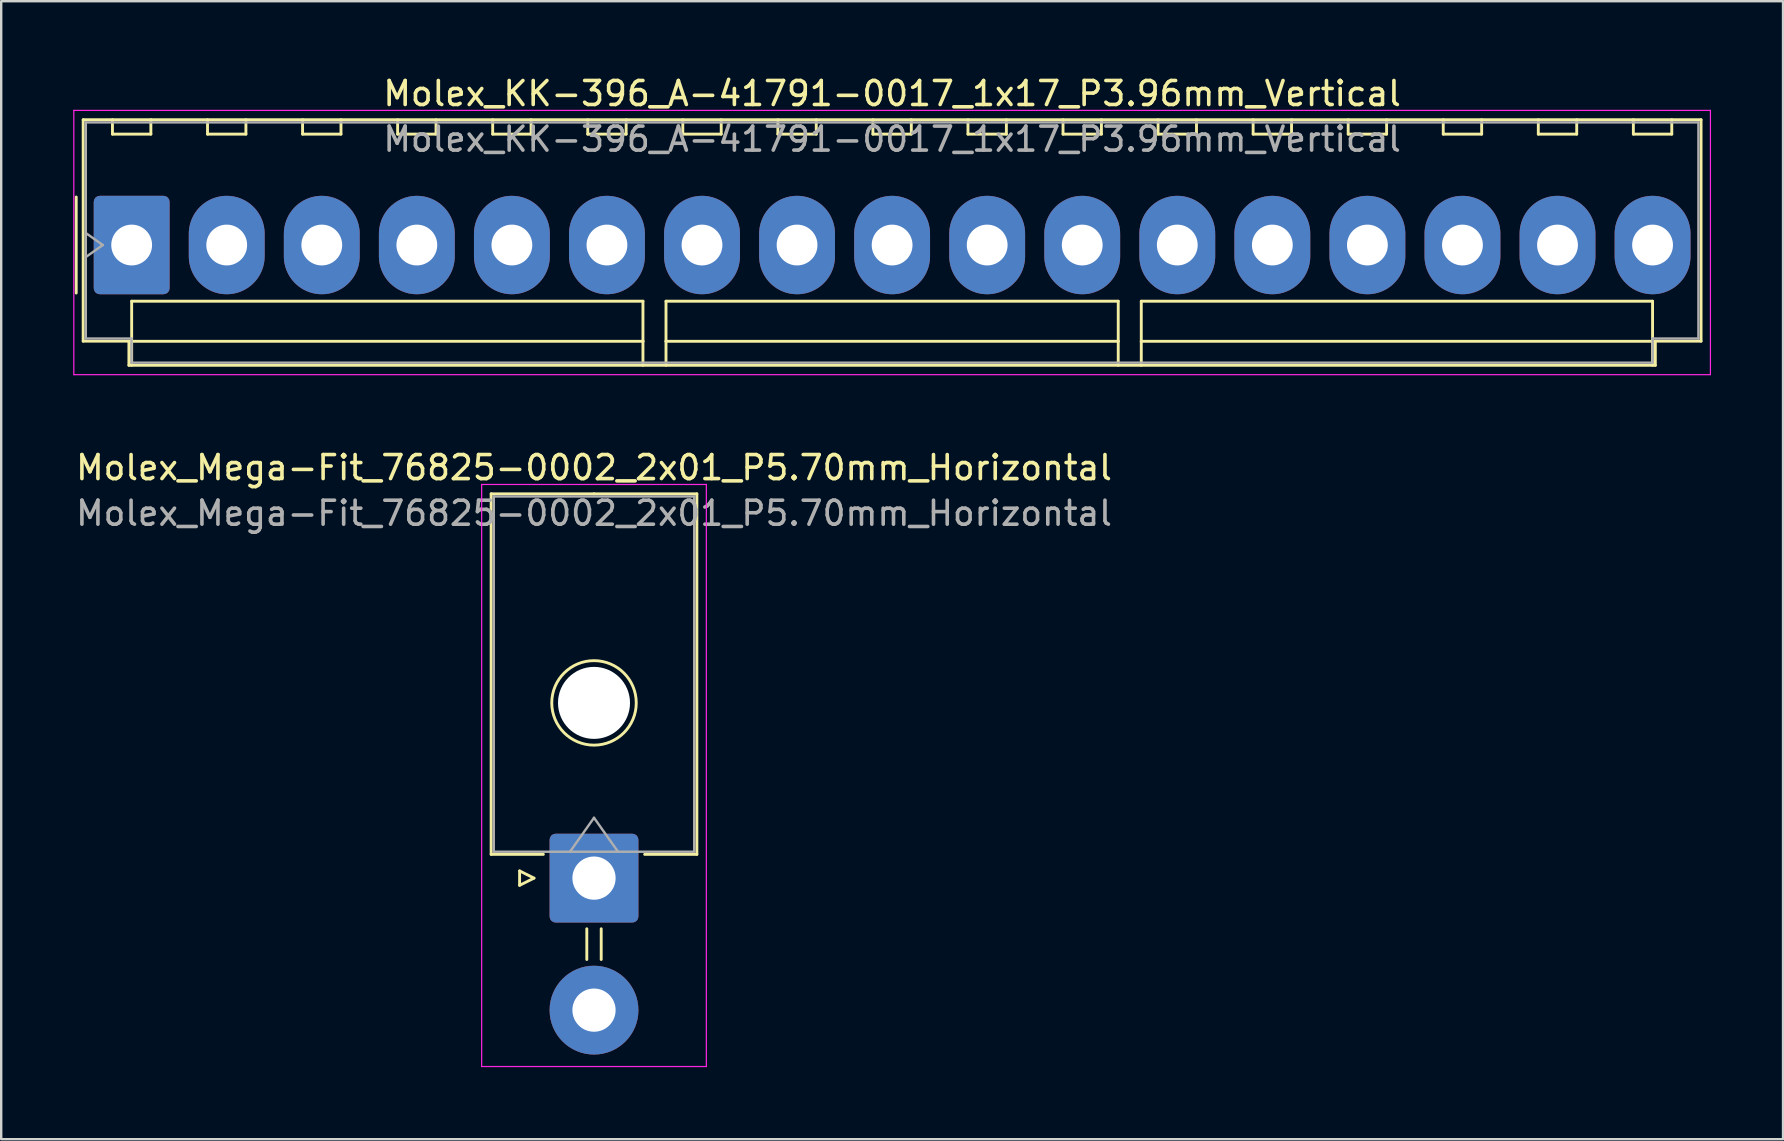
<source format=kicad_pcb>
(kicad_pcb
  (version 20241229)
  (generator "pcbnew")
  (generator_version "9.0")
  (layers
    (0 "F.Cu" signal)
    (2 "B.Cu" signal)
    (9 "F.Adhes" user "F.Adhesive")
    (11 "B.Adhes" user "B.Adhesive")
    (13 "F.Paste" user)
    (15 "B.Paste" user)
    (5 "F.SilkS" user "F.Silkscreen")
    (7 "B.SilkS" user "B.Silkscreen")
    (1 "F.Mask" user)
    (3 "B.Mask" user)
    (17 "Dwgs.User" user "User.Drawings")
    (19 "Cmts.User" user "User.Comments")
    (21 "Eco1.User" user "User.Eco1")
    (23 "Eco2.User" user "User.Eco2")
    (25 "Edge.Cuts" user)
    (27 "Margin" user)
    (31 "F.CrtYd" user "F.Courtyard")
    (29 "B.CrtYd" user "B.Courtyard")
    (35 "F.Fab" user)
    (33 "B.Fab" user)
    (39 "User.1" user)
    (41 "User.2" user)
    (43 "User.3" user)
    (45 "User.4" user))
  (footprint "Molex_Mega-Fit_76825-0002_2x01_P5.70mm_Horizontal"
    (layer "F.Cu")
    (at 21.696 33.532)
    (property "Reference" "Molex_Mega-Fit_76825-0002_2x01_P5.70mm_Horizontal" (at 0 -17.1 0) (layer "F.SilkS") (effects (font (size 1 1) (thickness 0.15))))
    (attr through_hole)
    (fp_line (start -4.285 -16.01) (end -4.285 -0.99) (stroke (width 0.12) (type solid)) (layer "F.SilkS"))
    (fp_line (start -4.285 -0.99) (end -2.11 -0.99) (stroke (width 0.12) (type solid)) (layer "F.SilkS"))
    (fp_line (start -3.1 -0.3) (end -2.5 0) (stroke (width 0.12) (type solid)) (layer "F.SilkS"))
    (fp_line (start -3.1 0.3) (end -3.1 -0.3) (stroke (width 0.12) (type solid)) (layer "F.SilkS"))
    (fp_line (start -2.5 0) (end -3.1 0.3) (stroke (width 0.12) (type solid)) (layer "F.SilkS"))
    (fp_line (start -0.3 2.11) (end -0.3 3.39) (stroke (width 0.12) (type solid)) (layer "F.SilkS"))
    (fp_line (start 0 -16.01) (end -4.285 -16.01) (stroke (width 0.12) (type solid)) (layer "F.SilkS"))
    (fp_line (start 0 -16.01) (end 4.285 -16.01) (stroke (width 0.12) (type solid)) (layer "F.SilkS"))
    (fp_line (start 0.3 2.11) (end 0.3 3.39) (stroke (width 0.12) (type solid)) (layer "F.SilkS"))
    (fp_line (start 4.285 -16.01) (end 4.285 -0.99) (stroke (width 0.12) (type solid)) (layer "F.SilkS"))
    (fp_line (start 4.285 -0.99) (end 2.11 -0.99) (stroke (width 0.12) (type solid)) (layer "F.SilkS"))
    (fp_circle (center 0 -7.3) (end 1.76 -7.3) (stroke (width 0.12) (type solid)) (fill no) (layer "F.SilkS"))
    (fp_line (start -4.68 -16.4) (end -4.68 7.85) (stroke (width 0.05) (type solid)) (layer "F.CrtYd"))
    (fp_line (start -4.68 7.85) (end 4.68 7.85) (stroke (width 0.05) (type solid)) (layer "F.CrtYd"))
    (fp_line (start 4.68 -16.4) (end -4.68 -16.4) (stroke (width 0.05) (type solid)) (layer "F.CrtYd"))
    (fp_line (start 4.68 7.85) (end 4.68 -16.4) (stroke (width 0.05) (type solid)) (layer "F.CrtYd"))
    (fp_line (start -4.175 -15.9) (end -4.175 -1.1) (stroke (width 0.1) (type solid)) (layer "F.Fab"))
    (fp_line (start -4.175 -1.1) (end 4.175 -1.1) (stroke (width 0.1) (type solid)) (layer "F.Fab"))
    (fp_line (start -1 -1.1) (end 0 -2.514) (stroke (width 0.1) (type solid)) (layer "F.Fab"))
    (fp_line (start 0 -2.514) (end 1 -1.1) (stroke (width 0.1) (type solid)) (layer "F.Fab"))
    (fp_line (start 4.175 -15.9) (end -4.175 -15.9) (stroke (width 0.1) (type solid)) (layer "F.Fab"))
    (fp_line (start 4.175 -1.1) (end 4.175 -15.9) (stroke (width 0.1) (type solid)) (layer "F.Fab"))
    (fp_text user "${REFERENCE}" (at 0 -15.2 0) (layer "F.Fab") (effects (font (size 1 1) (thickness 0.15))))
    (pad "" np_thru_hole circle (at 0 -7.3) (size 3 3) (drill 3) (layers "*.Cu" "*.Mask"))
    (pad "1" thru_hole roundrect (at 0 0) (size 3.7 3.7) (drill 1.8) (layers "*.Cu" "*.Mask") (roundrect_rratio 0.068))
    (pad "2" thru_hole circle (at 0 5.5) (size 3.7 3.7) (drill 1.8) (layers "*.Cu" "*.Mask")))
  (footprint "Molex_KK-396_A-41791-0017_1x17_P3.96mm_Vertical"
    (layer "F.Cu")
    (at 2.435 7.158)
    (property "Reference" "Molex_KK-396_A-41791-0017_1x17_P3.96mm_Vertical" (at 31.68 -6.31 0) (layer "F.SilkS") (effects (font (size 1 1) (thickness 0.15))))
    (attr through_hole)
    (fp_line (start -2.31 -2) (end -2.31 2) (stroke (width 0.12) (type solid)) (layer "F.SilkS"))
    (fp_line (start -2.02 -5.22) (end 65.38 -5.22) (stroke (width 0.12) (type solid)) (layer "F.SilkS"))
    (fp_line (start -2.02 4.005) (end -2.02 -5.22) (stroke (width 0.12) (type solid)) (layer "F.SilkS"))
    (fp_line (start -0.8 -5.22) (end -0.8 -4.62) (stroke (width 0.12) (type solid)) (layer "F.SilkS"))
    (fp_line (start -0.8 -4.62) (end 0.8 -4.62) (stroke (width 0.12) (type solid)) (layer "F.SilkS"))
    (fp_line (start -0.115 4.005) (end -2.02 4.005) (stroke (width 0.12) (type solid)) (layer "F.SilkS"))
    (fp_line (start -0.115 5.01) (end -0.115 4.005) (stroke (width 0.12) (type solid)) (layer "F.SilkS"))
    (fp_line (start 0 2.34) (end 21.3 2.34) (stroke (width 0.12) (type solid)) (layer "F.SilkS"))
    (fp_line (start 0 4.01) (end 0 2.34) (stroke (width 0.12) (type solid)) (layer "F.SilkS"))
    (fp_line (start 0 4.01) (end 21.3 4.01) (stroke (width 0.12) (type solid)) (layer "F.SilkS"))
    (fp_line (start 0 5.01) (end 0 4.01) (stroke (width 0.12) (type solid)) (layer "F.SilkS"))
    (fp_line (start 0.8 -4.62) (end 0.8 -5.22) (stroke (width 0.12) (type solid)) (layer "F.SilkS"))
    (fp_line (start 3.16 -5.22) (end 3.16 -4.62) (stroke (width 0.12) (type solid)) (layer "F.SilkS"))
    (fp_line (start 3.16 -4.62) (end 4.76 -4.62) (stroke (width 0.12) (type solid)) (layer "F.SilkS"))
    (fp_line (start 4.76 -4.62) (end 4.76 -5.22) (stroke (width 0.12) (type solid)) (layer "F.SilkS"))
    (fp_line (start 7.12 -5.22) (end 7.12 -4.62) (stroke (width 0.12) (type solid)) (layer "F.SilkS"))
    (fp_line (start 7.12 -4.62) (end 8.72 -4.62) (stroke (width 0.12) (type solid)) (layer "F.SilkS"))
    (fp_line (start 8.72 -4.62) (end 8.72 -5.22) (stroke (width 0.12) (type solid)) (layer "F.SilkS"))
    (fp_line (start 11.08 -5.22) (end 11.08 -4.62) (stroke (width 0.12) (type solid)) (layer "F.SilkS"))
    (fp_line (start 11.08 -4.62) (end 12.68 -4.62) (stroke (width 0.12) (type solid)) (layer "F.SilkS"))
    (fp_line (start 12.68 -4.62) (end 12.68 -5.22) (stroke (width 0.12) (type solid)) (layer "F.SilkS"))
    (fp_line (start 15.04 -5.22) (end 15.04 -4.62) (stroke (width 0.12) (type solid)) (layer "F.SilkS"))
    (fp_line (start 15.04 -4.62) (end 16.64 -4.62) (stroke (width 0.12) (type solid)) (layer "F.SilkS"))
    (fp_line (start 16.64 -4.62) (end 16.64 -5.22) (stroke (width 0.12) (type solid)) (layer "F.SilkS"))
    (fp_line (start 19 -5.22) (end 19 -4.62) (stroke (width 0.12) (type solid)) (layer "F.SilkS"))
    (fp_line (start 19 -4.62) (end 20.6 -4.62) (stroke (width 0.12) (type solid)) (layer "F.SilkS"))
    (fp_line (start 20.6 -4.62) (end 20.6 -5.22) (stroke (width 0.12) (type solid)) (layer "F.SilkS"))
    (fp_line (start 21.3 2.34) (end 21.3 4.01) (stroke (width 0.12) (type solid)) (layer "F.SilkS"))
    (fp_line (start 21.3 4.01) (end 21.3 5.01) (stroke (width 0.12) (type solid)) (layer "F.SilkS"))
    (fp_line (start 22.26 2.34) (end 41.1 2.34) (stroke (width 0.12) (type solid)) (layer "F.SilkS"))
    (fp_line (start 22.26 4.01) (end 22.26 2.34) (stroke (width 0.12) (type solid)) (layer "F.SilkS"))
    (fp_line (start 22.26 4.01) (end 41.1 4.01) (stroke (width 0.12) (type solid)) (layer "F.SilkS"))
    (fp_line (start 22.26 5.01) (end 22.26 4.01) (stroke (width 0.12) (type solid)) (layer "F.SilkS"))
    (fp_line (start 22.96 -5.22) (end 22.96 -4.62) (stroke (width 0.12) (type solid)) (layer "F.SilkS"))
    (fp_line (start 22.96 -4.62) (end 24.56 -4.62) (stroke (width 0.12) (type solid)) (layer "F.SilkS"))
    (fp_line (start 24.56 -4.62) (end 24.56 -5.22) (stroke (width 0.12) (type solid)) (layer "F.SilkS"))
    (fp_line (start 26.92 -5.22) (end 26.92 -4.62) (stroke (width 0.12) (type solid)) (layer "F.SilkS"))
    (fp_line (start 26.92 -4.62) (end 28.52 -4.62) (stroke (width 0.12) (type solid)) (layer "F.SilkS"))
    (fp_line (start 28.52 -4.62) (end 28.52 -5.22) (stroke (width 0.12) (type solid)) (layer "F.SilkS"))
    (fp_line (start 30.88 -5.22) (end 30.88 -4.62) (stroke (width 0.12) (type solid)) (layer "F.SilkS"))
    (fp_line (start 30.88 -4.62) (end 32.48 -4.62) (stroke (width 0.12) (type solid)) (layer "F.SilkS"))
    (fp_line (start 32.48 -4.62) (end 32.48 -5.22) (stroke (width 0.12) (type solid)) (layer "F.SilkS"))
    (fp_line (start 34.84 -5.22) (end 34.84 -4.62) (stroke (width 0.12) (type solid)) (layer "F.SilkS"))
    (fp_line (start 34.84 -4.62) (end 36.44 -4.62) (stroke (width 0.12) (type solid)) (layer "F.SilkS"))
    (fp_line (start 36.44 -4.62) (end 36.44 -5.22) (stroke (width 0.12) (type solid)) (layer "F.SilkS"))
    (fp_line (start 38.8 -5.22) (end 38.8 -4.62) (stroke (width 0.12) (type solid)) (layer "F.SilkS"))
    (fp_line (start 38.8 -4.62) (end 40.4 -4.62) (stroke (width 0.12) (type solid)) (layer "F.SilkS"))
    (fp_line (start 40.4 -4.62) (end 40.4 -5.22) (stroke (width 0.12) (type solid)) (layer "F.SilkS"))
    (fp_line (start 41.1 2.34) (end 41.1 4.01) (stroke (width 0.12) (type solid)) (layer "F.SilkS"))
    (fp_line (start 41.1 4.01) (end 41.1 5.01) (stroke (width 0.12) (type solid)) (layer "F.SilkS"))
    (fp_line (start 42.06 2.34) (end 63.36 2.34) (stroke (width 0.12) (type solid)) (layer "F.SilkS"))
    (fp_line (start 42.06 4.01) (end 42.06 2.34) (stroke (width 0.12) (type solid)) (layer "F.SilkS"))
    (fp_line (start 42.06 4.01) (end 63.36 4.01) (stroke (width 0.12) (type solid)) (layer "F.SilkS"))
    (fp_line (start 42.06 5.01) (end 42.06 4.01) (stroke (width 0.12) (type solid)) (layer "F.SilkS"))
    (fp_line (start 42.76 -5.22) (end 42.76 -4.62) (stroke (width 0.12) (type solid)) (layer "F.SilkS"))
    (fp_line (start 42.76 -4.62) (end 44.36 -4.62) (stroke (width 0.12) (type solid)) (layer "F.SilkS"))
    (fp_line (start 44.36 -4.62) (end 44.36 -5.22) (stroke (width 0.12) (type solid)) (layer "F.SilkS"))
    (fp_line (start 46.72 -5.22) (end 46.72 -4.62) (stroke (width 0.12) (type solid)) (layer "F.SilkS"))
    (fp_line (start 46.72 -4.62) (end 48.32 -4.62) (stroke (width 0.12) (type solid)) (layer "F.SilkS"))
    (fp_line (start 48.32 -4.62) (end 48.32 -5.22) (stroke (width 0.12) (type solid)) (layer "F.SilkS"))
    (fp_line (start 50.68 -5.22) (end 50.68 -4.62) (stroke (width 0.12) (type solid)) (layer "F.SilkS"))
    (fp_line (start 50.68 -4.62) (end 52.28 -4.62) (stroke (width 0.12) (type solid)) (layer "F.SilkS"))
    (fp_line (start 52.28 -4.62) (end 52.28 -5.22) (stroke (width 0.12) (type solid)) (layer "F.SilkS"))
    (fp_line (start 54.64 -5.22) (end 54.64 -4.62) (stroke (width 0.12) (type solid)) (layer "F.SilkS"))
    (fp_line (start 54.64 -4.62) (end 56.24 -4.62) (stroke (width 0.12) (type solid)) (layer "F.SilkS"))
    (fp_line (start 56.24 -4.62) (end 56.24 -5.22) (stroke (width 0.12) (type solid)) (layer "F.SilkS"))
    (fp_line (start 58.6 -5.22) (end 58.6 -4.62) (stroke (width 0.12) (type solid)) (layer "F.SilkS"))
    (fp_line (start 58.6 -4.62) (end 60.2 -4.62) (stroke (width 0.12) (type solid)) (layer "F.SilkS"))
    (fp_line (start 60.2 -4.62) (end 60.2 -5.22) (stroke (width 0.12) (type solid)) (layer "F.SilkS"))
    (fp_line (start 62.56 -5.22) (end 62.56 -4.62) (stroke (width 0.12) (type solid)) (layer "F.SilkS"))
    (fp_line (start 62.56 -4.62) (end 64.16 -4.62) (stroke (width 0.12) (type solid)) (layer "F.SilkS"))
    (fp_line (start 63.36 2.34) (end 63.36 4.01) (stroke (width 0.12) (type solid)) (layer "F.SilkS"))
    (fp_line (start 63.36 4.01) (end 63.36 5.01) (stroke (width 0.12) (type solid)) (layer "F.SilkS"))
    (fp_line (start 63.475 4.005) (end 63.475 5.01) (stroke (width 0.12) (type solid)) (layer "F.SilkS"))
    (fp_line (start 63.475 5.01) (end -0.115 5.01) (stroke (width 0.12) (type solid)) (layer "F.SilkS"))
    (fp_line (start 64.16 -4.62) (end 64.16 -5.22) (stroke (width 0.12) (type solid)) (layer "F.SilkS"))
    (fp_line (start 65.38 -5.22) (end 65.38 4.005) (stroke (width 0.12) (type solid)) (layer "F.SilkS"))
    (fp_line (start 65.38 4.005) (end 63.475 4.005) (stroke (width 0.12) (type solid)) (layer "F.SilkS"))
    (fp_line (start -2.41 -5.61) (end -2.41 5.4) (stroke (width 0.05) (type solid)) (layer "F.CrtYd"))
    (fp_line (start -2.41 5.4) (end 65.77 5.4) (stroke (width 0.05) (type solid)) (layer "F.CrtYd"))
    (fp_line (start 65.77 -5.61) (end -2.41 -5.61) (stroke (width 0.05) (type solid)) (layer "F.CrtYd"))
    (fp_line (start 65.77 5.4) (end 65.77 -5.61) (stroke (width 0.05) (type solid)) (layer "F.CrtYd"))
    (fp_line (start -1.91 -5.11) (end 65.27 -5.11) (stroke (width 0.1) (type solid)) (layer "F.Fab"))
    (fp_line (start -1.91 -0.5) (end -1.203 0) (stroke (width 0.1) (type solid)) (layer "F.Fab"))
    (fp_line (start -1.91 3.895) (end -1.91 -5.11) (stroke (width 0.1) (type solid)) (layer "F.Fab"))
    (fp_line (start -1.203 0) (end -1.91 0.5) (stroke (width 0.1) (type solid)) (layer "F.Fab"))
    (fp_line (start -0.005 3.895) (end -1.91 3.895) (stroke (width 0.1) (type solid)) (layer "F.Fab"))
    (fp_line (start -0.005 4.9) (end -0.005 3.895) (stroke (width 0.1) (type solid)) (layer "F.Fab"))
    (fp_line (start 63.365 3.895) (end 63.365 4.9) (stroke (width 0.1) (type solid)) (layer "F.Fab"))
    (fp_line (start 63.365 4.9) (end -0.005 4.9) (stroke (width 0.1) (type solid)) (layer "F.Fab"))
    (fp_line (start 65.27 -5.11) (end 65.27 3.895) (stroke (width 0.1) (type solid)) (layer "F.Fab"))
    (fp_line (start 65.27 3.895) (end 63.365 3.895) (stroke (width 0.1) (type solid)) (layer "F.Fab"))
    (fp_text user "${REFERENCE}" (at 31.68 -4.41 0) (layer "F.Fab") (effects (font (size 1 1) (thickness 0.15))))
    (pad "1" thru_hole roundrect (at 0 0) (size 3.16 4.1) (drill 1.7) (layers "*.Cu" "*.Mask") (roundrect_rratio 0.079))
    (pad "2" thru_hole oval (at 3.96 0) (size 3.16 4.1) (drill 1.7) (layers "*.Cu" "*.Mask"))
    (pad "3" thru_hole oval (at 7.92 0) (size 3.16 4.1) (drill 1.7) (layers "*.Cu" "*.Mask"))
    (pad "4" thru_hole oval (at 11.88 0) (size 3.16 4.1) (drill 1.7) (layers "*.Cu" "*.Mask"))
    (pad "5" thru_hole oval (at 15.84 0) (size 3.16 4.1) (drill 1.7) (layers "*.Cu" "*.Mask"))
    (pad "6" thru_hole oval (at 19.8 0) (size 3.16 4.1) (drill 1.7) (layers "*.Cu" "*.Mask"))
    (pad "7" thru_hole oval (at 23.76 0) (size 3.16 4.1) (drill 1.7) (layers "*.Cu" "*.Mask"))
    (pad "8" thru_hole oval (at 27.72 0) (size 3.16 4.1) (drill 1.7) (layers "*.Cu" "*.Mask"))
    (pad "9" thru_hole oval (at 31.68 0) (size 3.16 4.1) (drill 1.7) (layers "*.Cu" "*.Mask"))
    (pad "10" thru_hole oval (at 35.64 0) (size 3.16 4.1) (drill 1.7) (layers "*.Cu" "*.Mask"))
    (pad "11" thru_hole oval (at 39.6 0) (size 3.16 4.1) (drill 1.7) (layers "*.Cu" "*.Mask"))
    (pad "12" thru_hole oval (at 43.56 0) (size 3.16 4.1) (drill 1.7) (layers "*.Cu" "*.Mask"))
    (pad "13" thru_hole oval (at 47.52 0) (size 3.16 4.1) (drill 1.7) (layers "*.Cu" "*.Mask"))
    (pad "14" thru_hole oval (at 51.48 0) (size 3.16 4.1) (drill 1.7) (layers "*.Cu" "*.Mask"))
    (pad "15" thru_hole oval (at 55.44 0) (size 3.16 4.1) (drill 1.7) (layers "*.Cu" "*.Mask"))
    (pad "16" thru_hole oval (at 59.4 0) (size 3.16 4.1) (drill 1.7) (layers "*.Cu" "*.Mask"))
    (pad "17" thru_hole oval (at 63.36 0) (size 3.16 4.1) (drill 1.7) (layers "*.Cu" "*.Mask")))
  (gr_rect
    (start -3 -3)
    (end 71.23 44.407)
    (stroke (width 0.1) (type default))
    (fill no)
    (layer "Edge.Cuts")))
</source>
